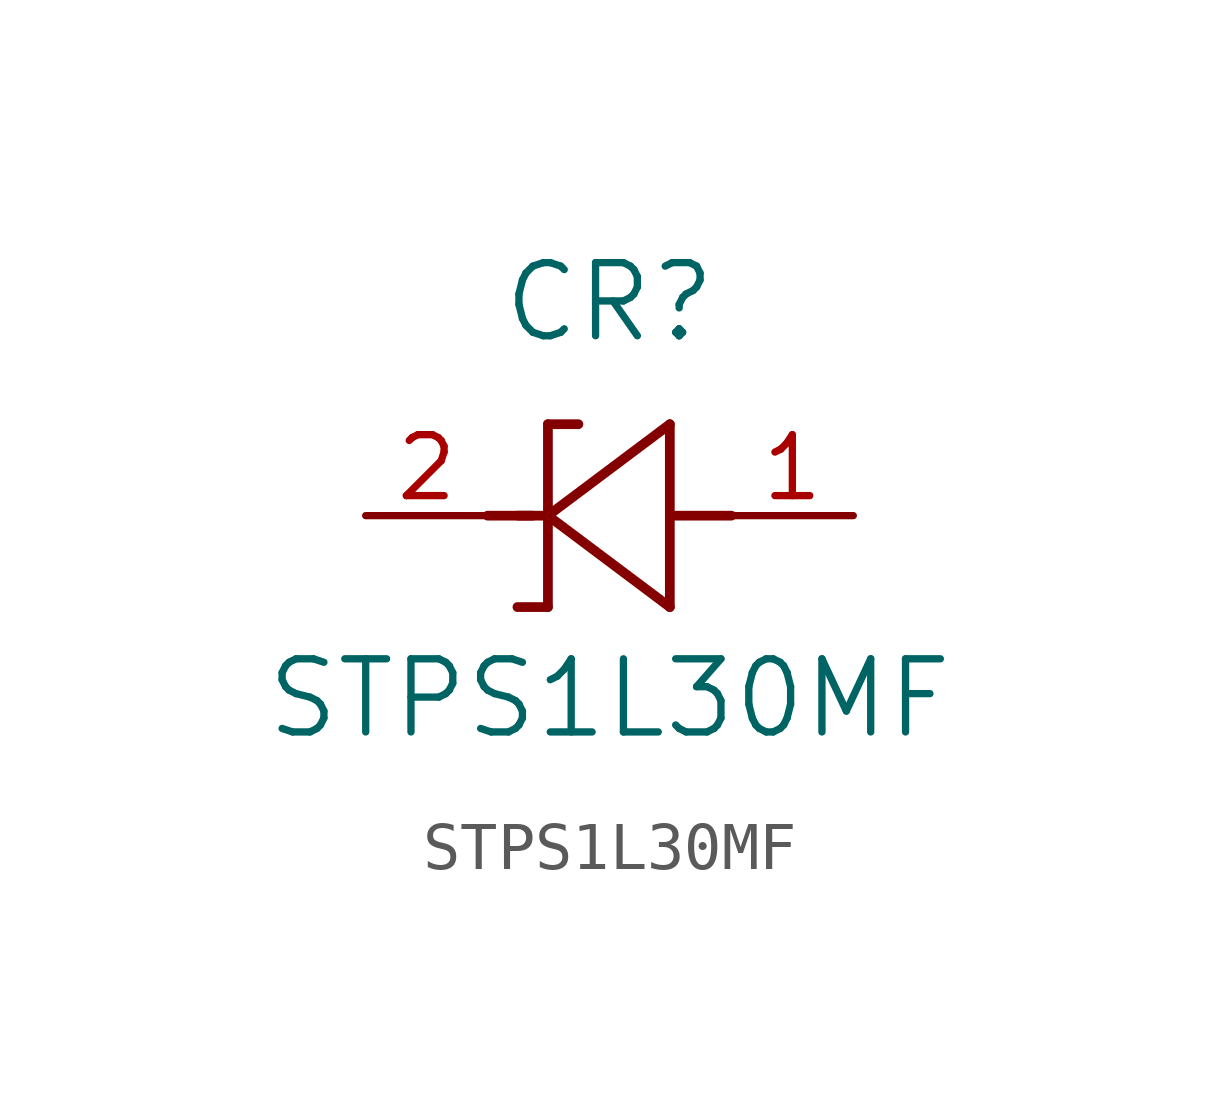
<source format=kicad_sym>
(kicad_symbol_lib
  (version 20241209)
  (generator "kicad_symbol_editor")
  (generator_version "9.0")
  (symbol "STPS1L30MF"
    (pin_names
      (offset 0.254))
    (property "Reference" "CR"
      (at 5.08 4.445 0)
      (effects (font (size 1.524 1.524))))
    (property "Value" "STPS1L30MF"
      (at 5.08 -3.81 0)
      (effects (font (size 1.524 1.524))))
    (property "ki_locked" ""
      (at 0 0 0)
      (effects (font (size 1.27 1.27))))
    (symbol "STPS1L30MF_0_1"
      (polyline (pts (xy 2.54 0) (xy 3.48 0)) (stroke (width 0.203) (type default)) (fill (type none)))
      (polyline (pts (xy 3.175 0) (xy 3.81 0)) (stroke (width 0.203) (type default)) (fill (type none)))
      (polyline (pts (xy 3.797 1.905) (xy 3.797 -1.905)) (stroke (width 0.203) (type default)) (fill (type none)))
      (polyline (pts (xy 3.797 1.905) (xy 4.432 1.905)) (stroke (width 0.203) (type default)) (fill (type none)))
      (polyline (pts (xy 3.797 0) (xy 6.337 -1.905)) (stroke (width 0.203) (type default)) (fill (type none)))
      (polyline (pts (xy 3.797 -1.905) (xy 3.162 -1.905)) (stroke (width 0.203) (type default)) (fill (type none)))
      (polyline (pts (xy 6.337 1.905) (xy 3.797 0)) (stroke (width 0.203) (type default)) (fill (type none)))
      (polyline (pts (xy 6.337 -1.905) (xy 6.337 1.905)) (stroke (width 0.203) (type default)) (fill (type none)))
      (polyline (pts (xy 6.35 0) (xy 7.62 0)) (stroke (width 0.203) (type default)) (fill (type none)))
      (pin unspecified line (at 0 0 0) (length 2.54) (name "" (effects (font (size 1.27 1.27)))) (number "2" (effects (font (size 1.27 1.27)))))
      (pin unspecified line (at 10.16 0 180) (length 2.54) (name "" (effects (font (size 1.27 1.27)))) (number "1" (effects (font (size 1.27 1.27))))))))
</source>
